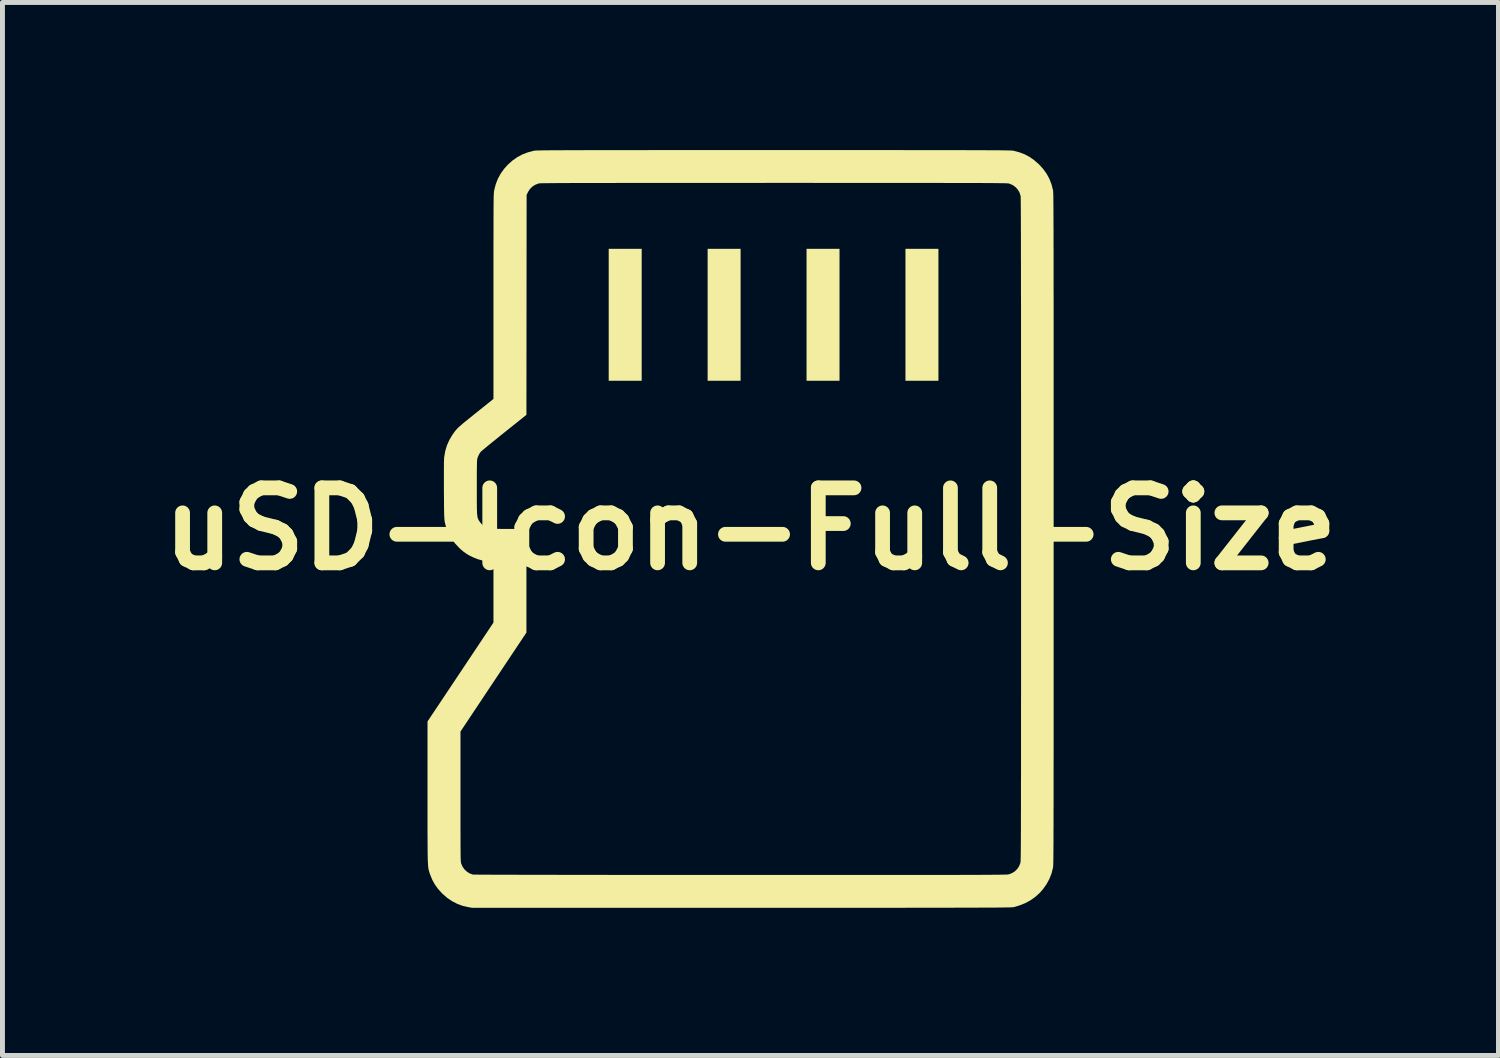
<source format=kicad_pcb>
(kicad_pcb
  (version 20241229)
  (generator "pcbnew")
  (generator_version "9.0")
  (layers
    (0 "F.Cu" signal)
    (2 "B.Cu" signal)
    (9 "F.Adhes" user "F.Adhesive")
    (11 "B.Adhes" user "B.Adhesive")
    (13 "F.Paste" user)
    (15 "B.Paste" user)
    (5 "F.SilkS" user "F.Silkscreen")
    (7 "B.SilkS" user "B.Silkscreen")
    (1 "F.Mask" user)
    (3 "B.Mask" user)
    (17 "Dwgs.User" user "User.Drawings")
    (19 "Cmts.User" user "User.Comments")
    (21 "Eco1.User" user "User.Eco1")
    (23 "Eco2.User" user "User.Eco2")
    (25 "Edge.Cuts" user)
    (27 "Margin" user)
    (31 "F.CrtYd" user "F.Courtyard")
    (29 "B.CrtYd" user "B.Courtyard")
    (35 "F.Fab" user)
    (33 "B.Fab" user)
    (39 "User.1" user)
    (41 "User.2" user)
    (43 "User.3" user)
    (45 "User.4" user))
  (footprint "uSD-Icon-Full-Size"
    (layer "F.Cu")
    (at 12.199 7.698)
    (property "Reference" "uSD-Icon-Full-Size" (at 0 0 0) (layer "F.SilkS") (effects (font (size 1.524 1.524) (thickness 0.3))))
    (attr board_only exclude_from_pos_files exclude_from_bom)
    (fp_poly (pts (xy -2.21 -3.011) (xy -2.88 -3.011) (xy -2.88 -5.692) (xy -2.21 -5.692)) (stroke (width 0) (type solid)) (fill yes) (layer "F.SilkS"))
    (fp_poly (pts (xy -0.2 -3.011) (xy -0.87 -3.011) (xy -0.87 -5.692) (xy -0.2 -5.692)) (stroke (width 0) (type solid)) (fill yes) (layer "F.SilkS"))
    (fp_poly (pts (xy 1.81 -3.011) (xy 1.14 -3.011) (xy 1.14 -5.692) (xy 1.81 -5.692)) (stroke (width 0) (type solid)) (fill yes) (layer "F.SilkS"))
    (fp_poly (pts (xy 3.82 -3.011) (xy 3.15 -3.011) (xy 3.15 -5.692) (xy 3.82 -5.692)) (stroke (width 0) (type solid)) (fill yes) (layer "F.SilkS"))
    (fp_poly (pts (xy 0.8 -7.698) (xy 1.111 -7.698) (xy 1.407 -7.698) (xy 1.689 -7.698) (xy 1.957 -7.698) (xy 2.212 -7.698) (xy 2.453 -7.698) (xy 2.681 -7.698) (xy 2.897 -7.698) (xy 3.101 -7.698) (xy 3.293 -7.697) (xy 3.473 -7.697) (xy 3.643 -7.697) (xy 3.801 -7.697) (xy 3.949 -7.697) (xy 4.088 -7.697) (xy 4.216 -7.697) (xy 4.336 -7.697) (xy 4.446 -7.696) (xy 4.548 -7.696) (xy 4.642 -7.696) (xy 4.728 -7.696) (xy 4.806 -7.695) (xy 4.877 -7.695) (xy 4.942 -7.695) (xy 5 -7.694) (xy 5.052 -7.694) (xy 5.098 -7.693) (xy 5.139 -7.693) (xy 5.175 -7.692) (xy 5.207 -7.692) (xy 5.234 -7.691) (xy 5.257 -7.691) (xy 5.277 -7.69) (xy 5.294 -7.689) (xy 5.308 -7.689) (xy 5.319 -7.688) (xy 5.329 -7.687) (xy 5.336 -7.686) (xy 5.343 -7.685) (xy 5.348 -7.684) (xy 5.352 -7.683) (xy 5.469 -7.652) (xy 5.575 -7.611) (xy 5.673 -7.559) (xy 5.765 -7.494) (xy 5.854 -7.416) (xy 5.866 -7.405) (xy 5.95 -7.312) (xy 6.02 -7.215) (xy 6.076 -7.111) (xy 6.118 -7.001) (xy 6.148 -6.883) (xy 6.149 -6.878) (xy 6.15 -6.873) (xy 6.151 -6.867) (xy 6.151 -6.858) (xy 6.152 -6.847) (xy 6.152 -6.832) (xy 6.153 -6.815) (xy 6.154 -6.794) (xy 6.154 -6.769) (xy 6.155 -6.741) (xy 6.155 -6.707) (xy 6.155 -6.67) (xy 6.156 -6.627) (xy 6.156 -6.579) (xy 6.157 -6.526) (xy 6.157 -6.467) (xy 6.157 -6.401) (xy 6.158 -6.33) (xy 6.158 -6.251) (xy 6.158 -6.166) (xy 6.159 -6.073) (xy 6.159 -5.973) (xy 6.159 -5.864) (xy 6.159 -5.748) (xy 6.16 -5.623) (xy 6.16 -5.489) (xy 6.16 -5.346) (xy 6.16 -5.194) (xy 6.16 -5.032) (xy 6.16 -4.86) (xy 6.161 -4.678) (xy 6.161 -4.485) (xy 6.161 -4.282) (xy 6.161 -4.067) (xy 6.161 -3.841) (xy 6.161 -3.603) (xy 6.161 -3.353) (xy 6.161 -3.09) (xy 6.161 -2.815) (xy 6.161 -2.527) (xy 6.161 -2.226) (xy 6.161 -1.912) (xy 6.161 -1.583) (xy 6.161 -1.24) (xy 6.161 -0.883) (xy 6.161 -0.511) (xy 6.161 -0.125) (xy 6.161 0) (xy 6.161 0.392) (xy 6.161 0.768) (xy 6.161 1.13) (xy 6.161 1.477) (xy 6.161 1.81) (xy 6.161 2.129) (xy 6.161 2.434) (xy 6.161 2.726) (xy 6.161 3.005) (xy 6.161 3.272) (xy 6.161 3.526) (xy 6.161 3.767) (xy 6.161 3.997) (xy 6.161 4.215) (xy 6.161 4.422) (xy 6.161 4.619) (xy 6.16 4.804) (xy 6.16 4.979) (xy 6.16 5.144) (xy 6.16 5.299) (xy 6.16 5.445) (xy 6.16 5.582) (xy 6.159 5.709) (xy 6.159 5.829) (xy 6.159 5.939) (xy 6.159 6.042) (xy 6.158 6.137) (xy 6.158 6.225) (xy 6.158 6.306) (xy 6.158 6.38) (xy 6.157 6.447) (xy 6.157 6.508) (xy 6.156 6.563) (xy 6.156 6.613) (xy 6.156 6.657) (xy 6.155 6.696) (xy 6.155 6.731) (xy 6.154 6.761) (xy 6.154 6.787) (xy 6.153 6.809) (xy 6.153 6.827) (xy 6.152 6.842) (xy 6.151 6.855) (xy 6.151 6.864) (xy 6.15 6.872) (xy 6.149 6.877) (xy 6.149 6.878) (xy 6.119 6.999) (xy 6.074 7.113) (xy 6.015 7.221) (xy 5.943 7.322) (xy 5.874 7.4) (xy 5.784 7.48) (xy 5.686 7.549) (xy 5.579 7.606) (xy 5.462 7.652) (xy 5.353 7.684) (xy 5.349 7.684) (xy 5.344 7.685) (xy 5.337 7.686) (xy 5.33 7.687) (xy 5.32 7.688) (xy 5.308 7.688) (xy 5.294 7.689) (xy 5.276 7.69) (xy 5.256 7.69) (xy 5.231 7.691) (xy 5.203 7.691) (xy 5.171 7.692) (xy 5.134 7.692) (xy 5.092 7.693) (xy 5.045 7.693) (xy 4.992 7.694) (xy 4.934 7.694) (xy 4.869 7.694) (xy 4.797 7.695) (xy 4.719 7.695) (xy 4.633 7.695) (xy 4.539 7.696) (xy 4.438 7.696) (xy 4.328 7.696) (xy 4.21 7.696) (xy 4.083 7.697) (xy 3.947 7.697) (xy 3.8 7.697) (xy 3.644 7.697) (xy 3.478 7.697) (xy 3.301 7.697) (xy 3.113 7.698) (xy 2.913 7.698) (xy 2.702 7.698) (xy 2.479 7.698) (xy 2.244 7.698) (xy 1.996 7.698) (xy 1.735 7.698) (xy 1.461 7.698) (xy 1.173 7.698) (xy 0.871 7.698) (xy 0.555 7.699) (xy 0.224 7.699) (xy -0.122 7.699) (xy -0.177 7.699) (xy -0.467 7.699) (xy -0.753 7.699) (xy -1.035 7.699) (xy -1.312 7.699) (xy -1.585 7.699) (xy -1.852 7.699) (xy -2.113 7.699) (xy -2.368 7.699) (xy -2.617 7.699) (xy -2.859 7.699) (xy -3.093 7.699) (xy -3.32 7.699) (xy -3.539 7.699) (xy -3.75 7.699) (xy -3.951 7.699) (xy -4.144 7.699) (xy -4.327 7.699) (xy -4.499 7.699) (xy -4.662 7.699) (xy -4.813 7.699) (xy -4.954 7.699) (xy -5.083 7.699) (xy -5.2 7.698) (xy -5.305 7.698) (xy -5.397 7.698) (xy -5.476 7.698) (xy -5.541 7.698) (xy -5.593 7.698) (xy -5.63 7.698) (xy -5.653 7.698) (xy -5.661 7.698) (xy -5.674 7.695) (xy -5.697 7.691) (xy -5.726 7.687) (xy -5.73 7.686) (xy -5.845 7.66) (xy -5.956 7.619) (xy -6.063 7.564) (xy -6.163 7.496) (xy -6.257 7.414) (xy -6.269 7.402) (xy -6.348 7.315) (xy -6.413 7.225) (xy -6.465 7.13) (xy -6.508 7.026) (xy -6.511 7.016) (xy -6.517 6.998) (xy -6.523 6.982) (xy -6.528 6.967) (xy -6.532 6.952) (xy -6.536 6.937) (xy -6.54 6.92) (xy -6.543 6.901) (xy -6.546 6.88) (xy -6.549 6.856) (xy -6.551 6.827) (xy -6.553 6.795) (xy -6.555 6.756) (xy -6.557 6.712) (xy -6.558 6.661) (xy -6.559 6.603) (xy -6.56 6.536) (xy -6.56 6.461) (xy -6.561 6.376) (xy -6.561 6.281) (xy -6.562 6.176) (xy -6.562 6.059) (xy -6.562 5.929) (xy -6.562 5.787) (xy -6.562 5.631) (xy -6.562 5.461) (xy -6.562 5.435) (xy -5.892 5.435) (xy -5.892 5.602) (xy -5.892 5.754) (xy -5.892 5.893) (xy -5.892 6.018) (xy -5.892 6.13) (xy -5.891 6.231) (xy -5.891 6.32) (xy -5.891 6.399) (xy -5.891 6.469) (xy -5.89 6.529) (xy -5.89 6.581) (xy -5.889 6.625) (xy -5.889 6.662) (xy -5.888 6.693) (xy -5.887 6.718) (xy -5.886 6.739) (xy -5.885 6.755) (xy -5.883 6.769) (xy -5.882 6.779) (xy -5.88 6.787) (xy -5.879 6.794) (xy -5.877 6.801) (xy -5.877 6.801) (xy -5.85 6.863) (xy -5.811 6.918) (xy -5.762 6.964) (xy -5.705 7) (xy -5.642 7.023) (xy -5.64 7.023) (xy -5.631 7.023) (xy -5.606 7.024) (xy -5.567 7.024) (xy -5.513 7.025) (xy -5.445 7.025) (xy -5.362 7.025) (xy -5.266 7.026) (xy -5.157 7.026) (xy -5.034 7.027) (xy -4.899 7.027) (xy -4.751 7.027) (xy -4.591 7.028) (xy -4.418 7.028) (xy -4.234 7.028) (xy -4.039 7.028) (xy -3.832 7.029) (xy -3.615 7.029) (xy -3.387 7.029) (xy -3.148 7.029) (xy -2.9 7.03) (xy -2.641 7.03) (xy -2.373 7.03) (xy -2.097 7.03) (xy -1.811 7.03) (xy -1.516 7.03) (xy -1.213 7.031) (xy -0.902 7.031) (xy -0.584 7.031) (xy -0.258 7.031) (xy -0.209 7.031) (xy 0.138 7.031) (xy 0.471 7.031) (xy 0.789 7.031) (xy 1.093 7.031) (xy 1.382 7.031) (xy 1.658 7.031) (xy 1.921 7.031) (xy 2.17 7.031) (xy 2.407 7.031) (xy 2.631 7.031) (xy 2.843 7.031) (xy 3.043 7.031) (xy 3.232 7.031) (xy 3.41 7.031) (xy 3.577 7.03) (xy 3.734 7.03) (xy 3.881 7.03) (xy 4.018 7.03) (xy 4.145 7.03) (xy 4.264 7.03) (xy 4.373 7.029) (xy 4.475 7.029) (xy 4.568 7.029) (xy 4.653 7.029) (xy 4.731 7.028) (xy 4.802 7.028) (xy 4.867 7.028) (xy 4.925 7.027) (xy 4.976 7.027) (xy 5.022 7.026) (xy 5.063 7.026) (xy 5.098 7.025) (xy 5.129 7.025) (xy 5.155 7.024) (xy 5.178 7.024) (xy 5.196 7.023) (xy 5.211 7.023) (xy 5.223 7.022) (xy 5.233 7.021) (xy 5.239 7.02) (xy 5.244 7.02) (xy 5.245 7.02) (xy 5.309 6.997) (xy 5.367 6.962) (xy 5.416 6.916) (xy 5.455 6.86) (xy 5.482 6.797) (xy 5.487 6.777) (xy 5.488 6.773) (xy 5.488 6.767) (xy 5.489 6.758) (xy 5.49 6.747) (xy 5.49 6.732) (xy 5.491 6.713) (xy 5.491 6.691) (xy 5.492 6.665) (xy 5.492 6.635) (xy 5.493 6.6) (xy 5.493 6.559) (xy 5.494 6.514) (xy 5.494 6.463) (xy 5.494 6.407) (xy 5.495 6.344) (xy 5.495 6.275) (xy 5.495 6.199) (xy 5.496 6.116) (xy 5.496 6.026) (xy 5.496 5.928) (xy 5.496 5.822) (xy 5.497 5.708) (xy 5.497 5.586) (xy 5.497 5.454) (xy 5.497 5.314) (xy 5.497 5.164) (xy 5.498 5.005) (xy 5.498 4.836) (xy 5.498 4.656) (xy 5.498 4.466) (xy 5.498 4.265) (xy 5.498 4.053) (xy 5.498 3.829) (xy 5.498 3.594) (xy 5.499 3.346) (xy 5.499 3.087) (xy 5.499 2.814) (xy 5.499 2.529) (xy 5.499 2.23) (xy 5.499 1.918) (xy 5.499 1.593) (xy 5.499 1.253) (xy 5.499 0.898) (xy 5.499 0.529) (xy 5.499 0.145) (xy 5.499 0.007) (xy 5.499 -0.414) (xy 5.499 -0.821) (xy 5.499 -1.212) (xy 5.499 -1.588) (xy 5.499 -1.949) (xy 5.499 -2.296) (xy 5.499 -2.629) (xy 5.498 -2.947) (xy 5.498 -3.251) (xy 5.498 -3.542) (xy 5.498 -3.818) (xy 5.498 -4.081) (xy 5.498 -4.33) (xy 5.498 -4.567) (xy 5.497 -4.79) (xy 5.497 -5) (xy 5.497 -5.197) (xy 5.497 -5.382) (xy 5.496 -5.554) (xy 5.496 -5.715) (xy 5.496 -5.863) (xy 5.496 -5.999) (xy 5.495 -6.123) (xy 5.495 -6.235) (xy 5.495 -6.337) (xy 5.494 -6.427) (xy 5.494 -6.505) (xy 5.493 -6.573) (xy 5.493 -6.63) (xy 5.492 -6.677) (xy 5.492 -6.712) (xy 5.491 -6.738) (xy 5.491 -6.754) (xy 5.491 -6.759) (xy 5.471 -6.827) (xy 5.438 -6.888) (xy 5.393 -6.94) (xy 5.339 -6.982) (xy 5.276 -7.011) (xy 5.248 -7.02) (xy 5.244 -7.021) (xy 5.238 -7.021) (xy 5.228 -7.022) (xy 5.216 -7.023) (xy 5.201 -7.023) (xy 5.181 -7.024) (xy 5.158 -7.025) (xy 5.13 -7.025) (xy 5.098 -7.026) (xy 5.06 -7.026) (xy 5.017 -7.027) (xy 4.968 -7.027) (xy 4.913 -7.028) (xy 4.851 -7.028) (xy 4.783 -7.028) (xy 4.707 -7.029) (xy 4.623 -7.029) (xy 4.532 -7.029) (xy 4.432 -7.03) (xy 4.324 -7.03) (xy 4.206 -7.03) (xy 4.08 -7.03) (xy 3.943 -7.03) (xy 3.796 -7.031) (xy 3.639 -7.031) (xy 3.472 -7.031) (xy 3.293 -7.031) (xy 3.102 -7.031) (xy 2.9 -7.031) (xy 2.685 -7.031) (xy 2.458 -7.031) (xy 2.218 -7.031) (xy 1.965 -7.031) (xy 1.698 -7.031) (xy 1.417 -7.031) (xy 1.122 -7.032) (xy 0.813 -7.032) (xy 0.488 -7.032) (xy 0.47 -7.032) (xy 0.14 -7.031) (xy -0.176 -7.031) (xy -0.477 -7.031) (xy -0.763 -7.031) (xy -1.035 -7.031) (xy -1.294 -7.031) (xy -1.539 -7.031) (xy -1.771 -7.031) (xy -1.99 -7.031) (xy -2.197 -7.031) (xy -2.392 -7.031) (xy -2.575 -7.031) (xy -2.747 -7.03) (xy -2.907 -7.03) (xy -3.057 -7.03) (xy -3.196 -7.03) (xy -3.325 -7.03) (xy -3.445 -7.029) (xy -3.555 -7.029) (xy -3.656 -7.029) (xy -3.748 -7.028) (xy -3.832 -7.028) (xy -3.907 -7.028) (xy -3.975 -7.027) (xy -4.035 -7.027) (xy -4.088 -7.026) (xy -4.135 -7.026) (xy -4.175 -7.025) (xy -4.209 -7.025) (xy -4.237 -7.024) (xy -4.259 -7.024) (xy -4.277 -7.023) (xy -4.29 -7.022) (xy -4.298 -7.022) (xy -4.301 -7.021) (xy -4.37 -6.995) (xy -4.43 -6.957) (xy -4.48 -6.908) (xy -4.519 -6.848) (xy -4.521 -6.843) (xy -4.548 -6.789) (xy -4.55 -4.554) (xy -4.552 -2.318) (xy -5.008 -1.954) (xy -5.082 -1.895) (xy -5.152 -1.838) (xy -5.218 -1.785) (xy -5.28 -1.735) (xy -5.335 -1.69) (xy -5.383 -1.65) (xy -5.423 -1.617) (xy -5.454 -1.591) (xy -5.474 -1.573) (xy -5.484 -1.563) (xy -5.484 -1.563) (xy -5.514 -1.517) (xy -5.538 -1.465) (xy -5.552 -1.419) (xy -5.554 -1.402) (xy -5.556 -1.373) (xy -5.557 -1.331) (xy -5.558 -1.275) (xy -5.559 -1.205) (xy -5.56 -1.121) (xy -5.56 -1.023) (xy -5.56 -0.909) (xy -5.56 -0.841) (xy -5.56 -0.731) (xy -5.56 -0.636) (xy -5.56 -0.553) (xy -5.559 -0.483) (xy -5.559 -0.423) (xy -5.557 -0.373) (xy -5.556 -0.331) (xy -5.553 -0.297) (xy -5.55 -0.269) (xy -5.547 -0.246) (xy -5.542 -0.227) (xy -5.537 -0.21) (xy -5.531 -0.196) (xy -5.523 -0.181) (xy -5.515 -0.166) (xy -5.514 -0.165) (xy -5.487 -0.127) (xy -5.452 -0.089) (xy -5.413 -0.057) (xy -5.385 -0.039) (xy -5.367 -0.031) (xy -5.349 -0.023) (xy -5.33 -0.017) (xy -5.308 -0.012) (xy -5.282 -0.008) (xy -5.25 -0.006) (xy -5.211 -0.003) (xy -5.163 -0.002) (xy -5.105 -0.001) (xy -5.035 -0.000372) (xy -4.952 -0.000149) (xy -4.904 -0.000114) (xy -4.552 0) (xy -4.552 2.106) (xy -5.222 3.111) (xy -5.892 4.117) (xy -5.892 5.435) (xy -6.562 5.435) (xy -6.562 5.351) (xy -6.562 3.912) (xy -5.892 2.908) (xy -5.222 1.903) (xy -5.222 0.673) (xy -5.308 0.664) (xy -5.433 0.645) (xy -5.55 0.612) (xy -5.644 0.573) (xy -5.714 0.538) (xy -5.774 0.502) (xy -5.829 0.463) (xy -5.885 0.416) (xy -5.921 0.382) (xy -6.006 0.29) (xy -6.078 0.189) (xy -6.137 0.082) (xy -6.18 -0.027) (xy -6.188 -0.052) (xy -6.195 -0.074) (xy -6.201 -0.096) (xy -6.206 -0.117) (xy -6.211 -0.139) (xy -6.215 -0.163) (xy -6.218 -0.191) (xy -6.22 -0.223) (xy -6.222 -0.261) (xy -6.224 -0.307) (xy -6.225 -0.36) (xy -6.226 -0.423) (xy -6.227 -0.497) (xy -6.227 -0.582) (xy -6.228 -0.68) (xy -6.229 -0.793) (xy -6.229 -0.793) (xy -6.229 -0.922) (xy -6.229 -1.036) (xy -6.229 -1.135) (xy -6.229 -1.221) (xy -6.228 -1.293) (xy -6.228 -1.352) (xy -6.226 -1.399) (xy -6.225 -1.434) (xy -6.223 -1.458) (xy -6.223 -1.459) (xy -6.202 -1.582) (xy -6.167 -1.699) (xy -6.117 -1.81) (xy -6.054 -1.916) (xy -6.011 -1.976) (xy -5.996 -1.994) (xy -5.982 -2.012) (xy -5.967 -2.028) (xy -5.951 -2.046) (xy -5.932 -2.064) (xy -5.909 -2.085) (xy -5.881 -2.109) (xy -5.848 -2.138) (xy -5.808 -2.171) (xy -5.76 -2.21) (xy -5.703 -2.256) (xy -5.636 -2.31) (xy -5.559 -2.372) (xy -5.547 -2.381) (xy -5.222 -2.642) (xy -5.222 -4.726) (xy -5.222 -4.938) (xy -5.222 -5.135) (xy -5.222 -5.317) (xy -5.222 -5.486) (xy -5.222 -5.642) (xy -5.222 -5.785) (xy -5.221 -5.917) (xy -5.221 -6.036) (xy -5.221 -6.145) (xy -5.221 -6.244) (xy -5.221 -6.332) (xy -5.22 -6.412) (xy -5.22 -6.483) (xy -5.22 -6.545) (xy -5.219 -6.6) (xy -5.219 -6.648) (xy -5.218 -6.69) (xy -5.218 -6.726) (xy -5.217 -6.756) (xy -5.216 -6.782) (xy -5.215 -6.804) (xy -5.214 -6.822) (xy -5.213 -6.837) (xy -5.212 -6.849) (xy -5.211 -6.859) (xy -5.209 -6.868) (xy -5.208 -6.877) (xy -5.206 -6.885) (xy -5.206 -6.887) (xy -5.175 -7.006) (xy -5.132 -7.117) (xy -5.075 -7.22) (xy -5.006 -7.317) (xy -4.929 -7.402) (xy -4.838 -7.484) (xy -4.74 -7.553) (xy -4.636 -7.609) (xy -4.524 -7.652) (xy -4.405 -7.684) (xy -4.401 -7.685) (xy -4.395 -7.686) (xy -4.388 -7.687) (xy -4.38 -7.687) (xy -4.369 -7.688) (xy -4.357 -7.689) (xy -4.342 -7.69) (xy -4.324 -7.69) (xy -4.302 -7.691) (xy -4.277 -7.691) (xy -4.248 -7.692) (xy -4.214 -7.693) (xy -4.176 -7.693) (xy -4.132 -7.693) (xy -4.083 -7.694) (xy -4.028 -7.694) (xy -3.967 -7.695) (xy -3.9 -7.695) (xy -3.825 -7.695) (xy -3.743 -7.696) (xy -3.653 -7.696) (xy -3.556 -7.696) (xy -3.45 -7.696) (xy -3.335 -7.697) (xy -3.211 -7.697) (xy -3.078 -7.697) (xy -2.935 -7.697) (xy -2.782 -7.697) (xy -2.618 -7.697) (xy -2.443 -7.697) (xy -2.257 -7.697) (xy -2.06 -7.698) (xy -1.85 -7.698) (xy -1.629 -7.698) (xy -1.394 -7.698) (xy -1.146 -7.698) (xy -0.885 -7.698) (xy -0.611 -7.698) (xy -0.322 -7.698) (xy -0.018 -7.698) (xy 0.3 -7.698) (xy 0.474 -7.698)) (stroke (width 0) (type solid)) (fill yes) (layer "F.SilkS")))
  (gr_rect
    (start -3 -3)
    (end 27.399 18.397)
    (stroke (width 0.1) (type default))
    (fill no)
    (layer "Edge.Cuts")))
</source>
